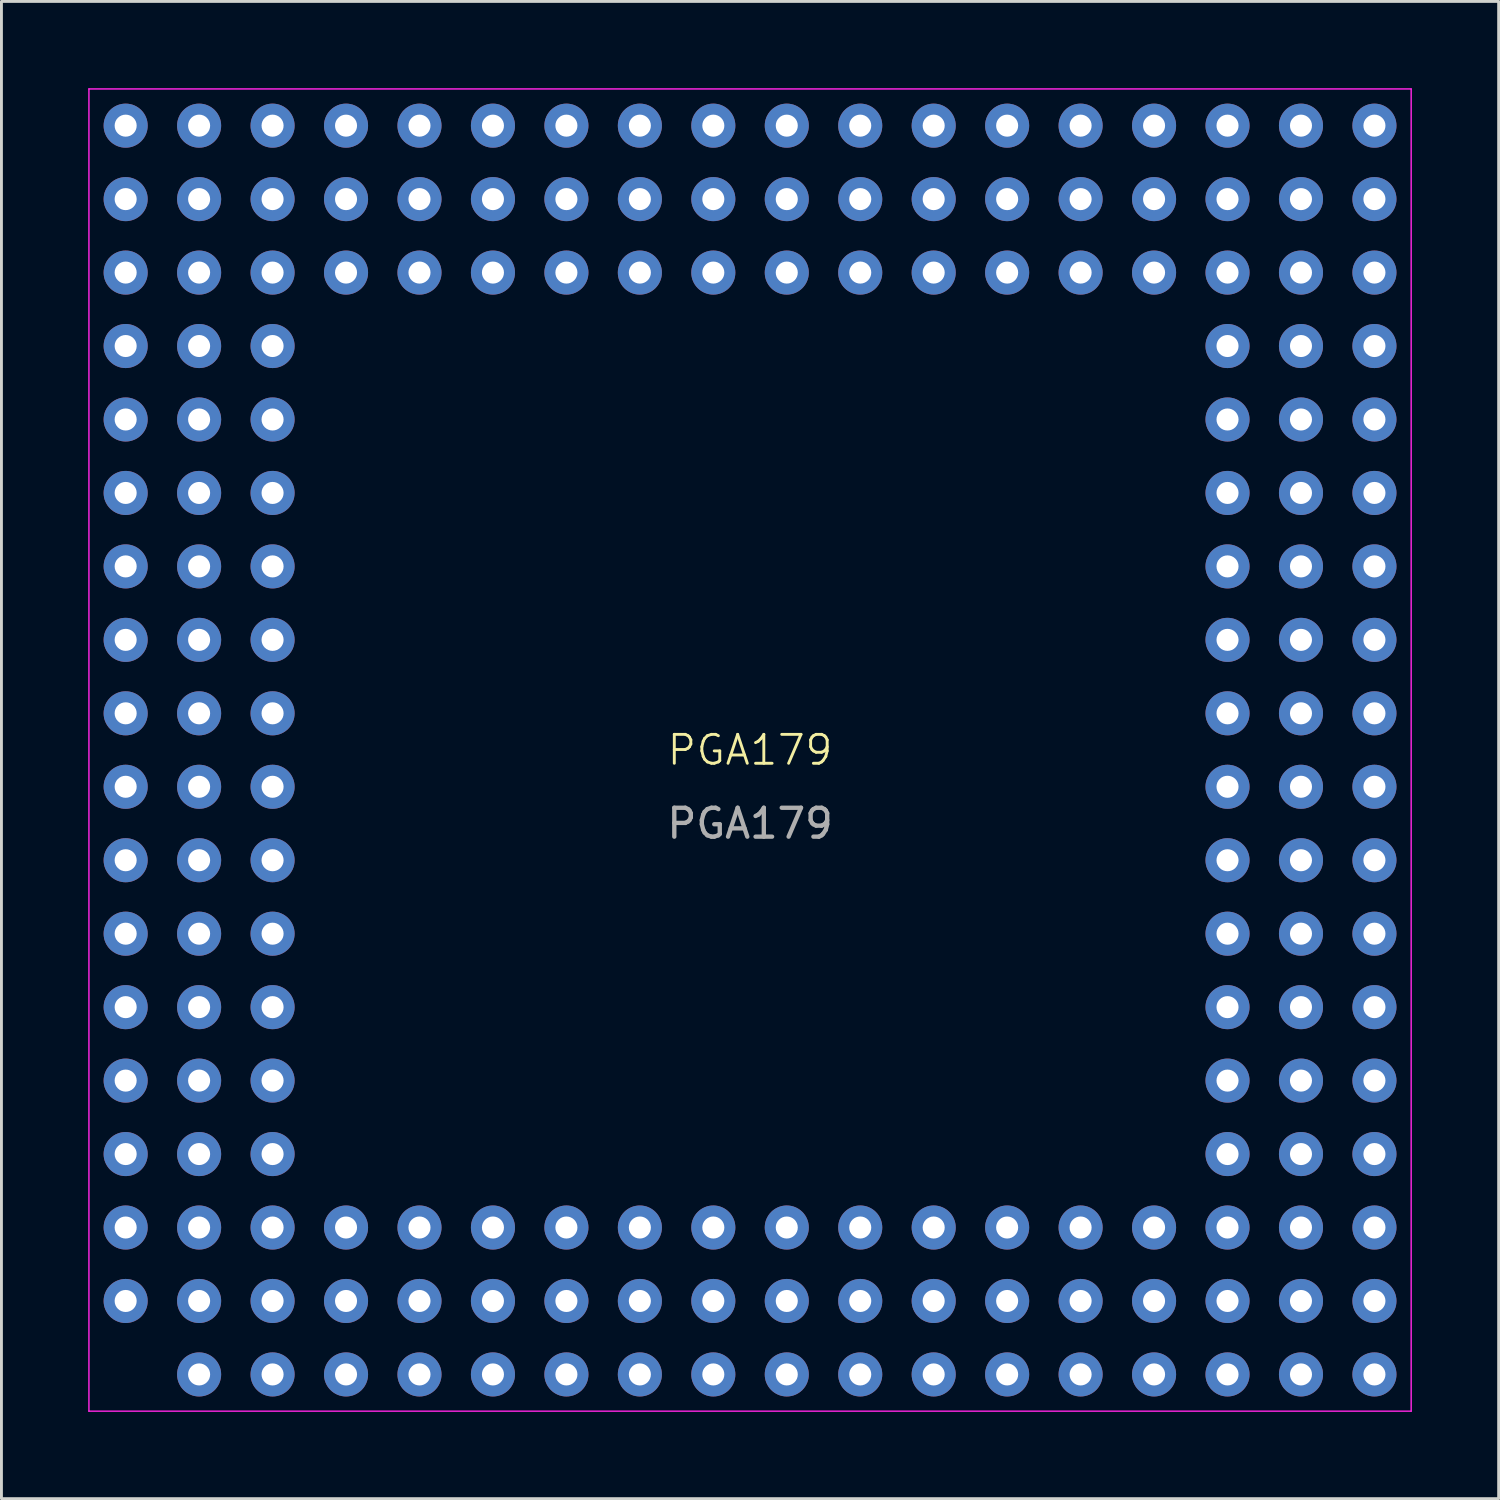
<source format=kicad_pcb>
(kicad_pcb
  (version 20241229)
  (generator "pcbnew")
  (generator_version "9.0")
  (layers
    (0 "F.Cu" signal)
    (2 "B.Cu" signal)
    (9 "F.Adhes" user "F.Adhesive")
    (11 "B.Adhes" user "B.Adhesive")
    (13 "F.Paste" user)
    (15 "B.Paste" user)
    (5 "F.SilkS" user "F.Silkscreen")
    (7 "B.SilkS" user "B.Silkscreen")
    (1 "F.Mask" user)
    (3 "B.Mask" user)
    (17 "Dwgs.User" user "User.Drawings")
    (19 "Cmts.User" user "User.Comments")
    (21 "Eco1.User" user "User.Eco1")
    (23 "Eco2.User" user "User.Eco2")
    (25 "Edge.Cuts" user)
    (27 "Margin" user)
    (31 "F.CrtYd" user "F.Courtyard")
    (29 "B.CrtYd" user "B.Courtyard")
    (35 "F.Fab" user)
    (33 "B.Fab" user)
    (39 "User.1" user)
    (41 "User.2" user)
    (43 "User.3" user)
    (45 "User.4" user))
  (footprint "PGA179"
    (layer "F.Cu")
    (at 1.295 1.295)
    (property "Reference" "PGA179" (at 21.59 21.59 0) (unlocked yes) (layer "F.SilkS") (effects (font (size 1 1) (thickness 0.1))))
    (attr through_hole)
    (fp_line (start -1.27 -1.27) (end 44.45 -1.27) (stroke (width 0.05) (type default)) (layer "F.CrtYd"))
    (fp_line (start -1.27 44.45) (end -1.27 -1.27) (stroke (width 0.05) (type default)) (layer "F.CrtYd"))
    (fp_line (start 44.45 -1.27) (end 44.45 44.45) (stroke (width 0.05) (type default)) (layer "F.CrtYd"))
    (fp_line (start 44.45 44.45) (end -1.27 44.45) (stroke (width 0.05) (type default)) (layer "F.CrtYd"))
    (fp_text user "${REFERENCE}" (at 21.59 24.13 0) (unlocked yes) (layer "F.Fab") (effects (font (size 1 1) (thickness 0.15))))
    (pad "A1" thru_hole circle (at 0 0) (size 1.524 1.524) (drill 0.762) (layers "*.Cu" "*.Mask"))
    (pad "A2" thru_hole circle (at 2.54 0) (size 1.524 1.524) (drill 0.762) (layers "*.Cu" "*.Mask"))
    (pad "A3" thru_hole circle (at 5.08 0) (size 1.524 1.524) (drill 0.762) (layers "*.Cu" "*.Mask"))
    (pad "A4" thru_hole circle (at 7.62 0) (size 1.524 1.524) (drill 0.762) (layers "*.Cu" "*.Mask"))
    (pad "A5" thru_hole circle (at 10.16 0) (size 1.524 1.524) (drill 0.762) (layers "*.Cu" "*.Mask"))
    (pad "A6" thru_hole circle (at 12.7 0) (size 1.524 1.524) (drill 0.762) (layers "*.Cu" "*.Mask"))
    (pad "A7" thru_hole circle (at 15.24 0) (size 1.524 1.524) (drill 0.762) (layers "*.Cu" "*.Mask"))
    (pad "A8" thru_hole circle (at 17.78 0) (size 1.524 1.524) (drill 0.762) (layers "*.Cu" "*.Mask"))
    (pad "A9" thru_hole circle (at 20.32 0) (size 1.524 1.524) (drill 0.762) (layers "*.Cu" "*.Mask"))
    (pad "A10" thru_hole circle (at 22.86 0) (size 1.524 1.524) (drill 0.762) (layers "*.Cu" "*.Mask"))
    (pad "A11" thru_hole circle (at 25.4 0) (size 1.524 1.524) (drill 0.762) (layers "*.Cu" "*.Mask"))
    (pad "A12" thru_hole circle (at 27.94 0) (size 1.524 1.524) (drill 0.762) (layers "*.Cu" "*.Mask"))
    (pad "A13" thru_hole circle (at 30.48 0) (size 1.524 1.524) (drill 0.762) (layers "*.Cu" "*.Mask"))
    (pad "A14" thru_hole circle (at 33.02 0) (size 1.524 1.524) (drill 0.762) (layers "*.Cu" "*.Mask"))
    (pad "A15" thru_hole circle (at 35.56 0) (size 1.524 1.524) (drill 0.762) (layers "*.Cu" "*.Mask"))
    (pad "A16" thru_hole circle (at 38.1 0) (size 1.524 1.524) (drill 0.762) (layers "*.Cu" "*.Mask"))
    (pad "A17" thru_hole circle (at 40.64 0) (size 1.524 1.524) (drill 0.762) (layers "*.Cu" "*.Mask"))
    (pad "A18" thru_hole circle (at 43.18 0) (size 1.524 1.524) (drill 0.762) (layers "*.Cu" "*.Mask"))
    (pad "B1" thru_hole circle (at 0 2.54) (size 1.524 1.524) (drill 0.762) (layers "*.Cu" "*.Mask"))
    (pad "B2" thru_hole circle (at 2.54 2.54) (size 1.524 1.524) (drill 0.762) (layers "*.Cu" "*.Mask"))
    (pad "B3" thru_hole circle (at 5.08 2.54) (size 1.524 1.524) (drill 0.762) (layers "*.Cu" "*.Mask"))
    (pad "B4" thru_hole circle (at 7.62 2.54) (size 1.524 1.524) (drill 0.762) (layers "*.Cu" "*.Mask"))
    (pad "B5" thru_hole circle (at 10.16 2.54) (size 1.524 1.524) (drill 0.762) (layers "*.Cu" "*.Mask"))
    (pad "B6" thru_hole circle (at 12.7 2.54) (size 1.524 1.524) (drill 0.762) (layers "*.Cu" "*.Mask"))
    (pad "B7" thru_hole circle (at 15.24 2.54) (size 1.524 1.524) (drill 0.762) (layers "*.Cu" "*.Mask"))
    (pad "B8" thru_hole circle (at 17.78 2.54) (size 1.524 1.524) (drill 0.762) (layers "*.Cu" "*.Mask"))
    (pad "B9" thru_hole circle (at 20.32 2.54) (size 1.524 1.524) (drill 0.762) (layers "*.Cu" "*.Mask"))
    (pad "B10" thru_hole circle (at 22.86 2.54) (size 1.524 1.524) (drill 0.762) (layers "*.Cu" "*.Mask"))
    (pad "B11" thru_hole circle (at 25.4 2.54) (size 1.524 1.524) (drill 0.762) (layers "*.Cu" "*.Mask"))
    (pad "B12" thru_hole circle (at 27.94 2.54) (size 1.524 1.524) (drill 0.762) (layers "*.Cu" "*.Mask"))
    (pad "B13" thru_hole circle (at 30.48 2.54) (size 1.524 1.524) (drill 0.762) (layers "*.Cu" "*.Mask"))
    (pad "B14" thru_hole circle (at 33.02 2.54) (size 1.524 1.524) (drill 0.762) (layers "*.Cu" "*.Mask"))
    (pad "B15" thru_hole circle (at 35.56 2.54) (size 1.524 1.524) (drill 0.762) (layers "*.Cu" "*.Mask"))
    (pad "B16" thru_hole circle (at 38.1 2.54) (size 1.524 1.524) (drill 0.762) (layers "*.Cu" "*.Mask"))
    (pad "B17" thru_hole circle (at 40.64 2.54) (size 1.524 1.524) (drill 0.762) (layers "*.Cu" "*.Mask"))
    (pad "B18" thru_hole circle (at 43.18 2.54) (size 1.524 1.524) (drill 0.762) (layers "*.Cu" "*.Mask"))
    (pad "C1" thru_hole circle (at 0 5.08) (size 1.524 1.524) (drill 0.762) (layers "*.Cu" "*.Mask"))
    (pad "C2" thru_hole circle (at 2.54 5.08) (size 1.524 1.524) (drill 0.762) (layers "*.Cu" "*.Mask"))
    (pad "C3" thru_hole circle (at 5.08 5.08) (size 1.524 1.524) (drill 0.762) (layers "*.Cu" "*.Mask"))
    (pad "C4" thru_hole circle (at 7.62 5.08) (size 1.524 1.524) (drill 0.762) (layers "*.Cu" "*.Mask"))
    (pad "C5" thru_hole circle (at 10.16 5.08) (size 1.524 1.524) (drill 0.762) (layers "*.Cu" "*.Mask"))
    (pad "C6" thru_hole circle (at 12.7 5.08) (size 1.524 1.524) (drill 0.762) (layers "*.Cu" "*.Mask"))
    (pad "C7" thru_hole circle (at 15.24 5.08) (size 1.524 1.524) (drill 0.762) (layers "*.Cu" "*.Mask"))
    (pad "C8" thru_hole circle (at 17.78 5.08) (size 1.524 1.524) (drill 0.762) (layers "*.Cu" "*.Mask"))
    (pad "C9" thru_hole circle (at 20.32 5.08) (size 1.524 1.524) (drill 0.762) (layers "*.Cu" "*.Mask"))
    (pad "C10" thru_hole circle (at 22.86 5.08) (size 1.524 1.524) (drill 0.762) (layers "*.Cu" "*.Mask"))
    (pad "C11" thru_hole circle (at 25.4 5.08) (size 1.524 1.524) (drill 0.762) (layers "*.Cu" "*.Mask"))
    (pad "C12" thru_hole circle (at 27.94 5.08) (size 1.524 1.524) (drill 0.762) (layers "*.Cu" "*.Mask"))
    (pad "C13" thru_hole circle (at 30.48 5.08) (size 1.524 1.524) (drill 0.762) (layers "*.Cu" "*.Mask"))
    (pad "C14" thru_hole circle (at 33.02 5.08) (size 1.524 1.524) (drill 0.762) (layers "*.Cu" "*.Mask"))
    (pad "C15" thru_hole circle (at 35.56 5.08) (size 1.524 1.524) (drill 0.762) (layers "*.Cu" "*.Mask"))
    (pad "C16" thru_hole circle (at 38.1 5.08) (size 1.524 1.524) (drill 0.762) (layers "*.Cu" "*.Mask"))
    (pad "C17" thru_hole circle (at 40.64 5.08) (size 1.524 1.524) (drill 0.762) (layers "*.Cu" "*.Mask"))
    (pad "C18" thru_hole circle (at 43.18 5.08) (size 1.524 1.524) (drill 0.762) (layers "*.Cu" "*.Mask"))
    (pad "D1" thru_hole circle (at 0 7.62) (size 1.524 1.524) (drill 0.762) (layers "*.Cu" "*.Mask"))
    (pad "D2" thru_hole circle (at 2.54 7.62) (size 1.524 1.524) (drill 0.762) (layers "*.Cu" "*.Mask"))
    (pad "D3" thru_hole circle (at 5.08 7.62) (size 1.524 1.524) (drill 0.762) (layers "*.Cu" "*.Mask"))
    (pad "D16" thru_hole circle (at 38.1 7.62) (size 1.524 1.524) (drill 0.762) (layers "*.Cu" "*.Mask"))
    (pad "D17" thru_hole circle (at 40.64 7.62) (size 1.524 1.524) (drill 0.762) (layers "*.Cu" "*.Mask"))
    (pad "D18" thru_hole circle (at 43.18 7.62) (size 1.524 1.524) (drill 0.762) (layers "*.Cu" "*.Mask"))
    (pad "E1" thru_hole circle (at 0 10.16) (size 1.524 1.524) (drill 0.762) (layers "*.Cu" "*.Mask"))
    (pad "E2" thru_hole circle (at 2.54 10.16) (size 1.524 1.524) (drill 0.762) (layers "*.Cu" "*.Mask"))
    (pad "E3" thru_hole circle (at 5.08 10.16) (size 1.524 1.524) (drill 0.762) (layers "*.Cu" "*.Mask"))
    (pad "E16" thru_hole circle (at 38.1 10.16) (size 1.524 1.524) (drill 0.762) (layers "*.Cu" "*.Mask"))
    (pad "E17" thru_hole circle (at 40.64 10.16) (size 1.524 1.524) (drill 0.762) (layers "*.Cu" "*.Mask"))
    (pad "E18" thru_hole circle (at 43.18 10.16) (size 1.524 1.524) (drill 0.762) (layers "*.Cu" "*.Mask"))
    (pad "F1" thru_hole circle (at 0 12.7) (size 1.524 1.524) (drill 0.762) (layers "*.Cu" "*.Mask"))
    (pad "F2" thru_hole circle (at 2.54 12.7) (size 1.524 1.524) (drill 0.762) (layers "*.Cu" "*.Mask"))
    (pad "F3" thru_hole circle (at 5.08 12.7) (size 1.524 1.524) (drill 0.762) (layers "*.Cu" "*.Mask"))
    (pad "F16" thru_hole circle (at 38.1 12.7) (size 1.524 1.524) (drill 0.762) (layers "*.Cu" "*.Mask"))
    (pad "F17" thru_hole circle (at 40.64 12.7) (size 1.524 1.524) (drill 0.762) (layers "*.Cu" "*.Mask"))
    (pad "F18" thru_hole circle (at 43.18 12.7) (size 1.524 1.524) (drill 0.762) (layers "*.Cu" "*.Mask"))
    (pad "G1" thru_hole circle (at 0 15.24) (size 1.524 1.524) (drill 0.762) (layers "*.Cu" "*.Mask"))
    (pad "G2" thru_hole circle (at 2.54 15.24) (size 1.524 1.524) (drill 0.762) (layers "*.Cu" "*.Mask"))
    (pad "G3" thru_hole circle (at 5.08 15.24) (size 1.524 1.524) (drill 0.762) (layers "*.Cu" "*.Mask"))
    (pad "G16" thru_hole circle (at 38.1 15.24) (size 1.524 1.524) (drill 0.762) (layers "*.Cu" "*.Mask"))
    (pad "G17" thru_hole circle (at 40.64 15.24) (size 1.524 1.524) (drill 0.762) (layers "*.Cu" "*.Mask"))
    (pad "G18" thru_hole circle (at 43.18 15.24) (size 1.524 1.524) (drill 0.762) (layers "*.Cu" "*.Mask"))
    (pad "H1" thru_hole circle (at 0 17.78) (size 1.524 1.524) (drill 0.762) (layers "*.Cu" "*.Mask"))
    (pad "H2" thru_hole circle (at 2.54 17.78) (size 1.524 1.524) (drill 0.762) (layers "*.Cu" "*.Mask"))
    (pad "H3" thru_hole circle (at 5.08 17.78) (size 1.524 1.524) (drill 0.762) (layers "*.Cu" "*.Mask"))
    (pad "H16" thru_hole circle (at 38.1 17.78) (size 1.524 1.524) (drill 0.762) (layers "*.Cu" "*.Mask"))
    (pad "H17" thru_hole circle (at 40.64 17.78) (size 1.524 1.524) (drill 0.762) (layers "*.Cu" "*.Mask"))
    (pad "H18" thru_hole circle (at 43.18 17.78) (size 1.524 1.524) (drill 0.762) (layers "*.Cu" "*.Mask"))
    (pad "J1" thru_hole circle (at 0 20.32) (size 1.524 1.524) (drill 0.762) (layers "*.Cu" "*.Mask"))
    (pad "J2" thru_hole circle (at 2.54 20.32) (size 1.524 1.524) (drill 0.762) (layers "*.Cu" "*.Mask"))
    (pad "J3" thru_hole circle (at 5.08 20.32) (size 1.524 1.524) (drill 0.762) (layers "*.Cu" "*.Mask"))
    (pad "J16" thru_hole circle (at 38.1 20.32) (size 1.524 1.524) (drill 0.762) (layers "*.Cu" "*.Mask"))
    (pad "J17" thru_hole circle (at 40.64 20.32) (size 1.524 1.524) (drill 0.762) (layers "*.Cu" "*.Mask"))
    (pad "J18" thru_hole circle (at 43.18 20.32) (size 1.524 1.524) (drill 0.762) (layers "*.Cu" "*.Mask"))
    (pad "K1" thru_hole circle (at 0 22.86) (size 1.524 1.524) (drill 0.762) (layers "*.Cu" "*.Mask"))
    (pad "K2" thru_hole circle (at 2.54 22.86) (size 1.524 1.524) (drill 0.762) (layers "*.Cu" "*.Mask"))
    (pad "K3" thru_hole circle (at 5.08 22.86) (size 1.524 1.524) (drill 0.762) (layers "*.Cu" "*.Mask"))
    (pad "K16" thru_hole circle (at 38.1 22.86) (size 1.524 1.524) (drill 0.762) (layers "*.Cu" "*.Mask"))
    (pad "K17" thru_hole circle (at 40.64 22.86) (size 1.524 1.524) (drill 0.762) (layers "*.Cu" "*.Mask"))
    (pad "K18" thru_hole circle (at 43.18 22.86) (size 1.524 1.524) (drill 0.762) (layers "*.Cu" "*.Mask"))
    (pad "L1" thru_hole circle (at 0 25.4) (size 1.524 1.524) (drill 0.762) (layers "*.Cu" "*.Mask"))
    (pad "L2" thru_hole circle (at 2.54 25.4) (size 1.524 1.524) (drill 0.762) (layers "*.Cu" "*.Mask"))
    (pad "L3" thru_hole circle (at 5.08 25.4) (size 1.524 1.524) (drill 0.762) (layers "*.Cu" "*.Mask"))
    (pad "L16" thru_hole circle (at 38.1 25.4) (size 1.524 1.524) (drill 0.762) (layers "*.Cu" "*.Mask"))
    (pad "L17" thru_hole circle (at 40.64 25.4) (size 1.524 1.524) (drill 0.762) (layers "*.Cu" "*.Mask"))
    (pad "L18" thru_hole circle (at 43.18 25.4) (size 1.524 1.524) (drill 0.762) (layers "*.Cu" "*.Mask"))
    (pad "M1" thru_hole circle (at 0 27.94) (size 1.524 1.524) (drill 0.762) (layers "*.Cu" "*.Mask"))
    (pad "M2" thru_hole circle (at 2.54 27.94) (size 1.524 1.524) (drill 0.762) (layers "*.Cu" "*.Mask"))
    (pad "M3" thru_hole circle (at 5.08 27.94) (size 1.524 1.524) (drill 0.762) (layers "*.Cu" "*.Mask"))
    (pad "M16" thru_hole circle (at 38.1 27.94) (size 1.524 1.524) (drill 0.762) (layers "*.Cu" "*.Mask"))
    (pad "M17" thru_hole circle (at 40.64 27.94) (size 1.524 1.524) (drill 0.762) (layers "*.Cu" "*.Mask"))
    (pad "M18" thru_hole circle (at 43.18 27.94) (size 1.524 1.524) (drill 0.762) (layers "*.Cu" "*.Mask"))
    (pad "N1" thru_hole circle (at 0 30.48) (size 1.524 1.524) (drill 0.762) (layers "*.Cu" "*.Mask"))
    (pad "N2" thru_hole circle (at 2.54 30.48) (size 1.524 1.524) (drill 0.762) (layers "*.Cu" "*.Mask"))
    (pad "N3" thru_hole circle (at 5.08 30.48) (size 1.524 1.524) (drill 0.762) (layers "*.Cu" "*.Mask"))
    (pad "N16" thru_hole circle (at 38.1 30.48) (size 1.524 1.524) (drill 0.762) (layers "*.Cu" "*.Mask"))
    (pad "N17" thru_hole circle (at 40.64 30.48) (size 1.524 1.524) (drill 0.762) (layers "*.Cu" "*.Mask"))
    (pad "N18" thru_hole circle (at 43.18 30.48) (size 1.524 1.524) (drill 0.762) (layers "*.Cu" "*.Mask"))
    (pad "P1" thru_hole circle (at 0 33.02) (size 1.524 1.524) (drill 0.762) (layers "*.Cu" "*.Mask"))
    (pad "P2" thru_hole circle (at 2.54 33.02) (size 1.524 1.524) (drill 0.762) (layers "*.Cu" "*.Mask"))
    (pad "P3" thru_hole circle (at 5.08 33.02) (size 1.524 1.524) (drill 0.762) (layers "*.Cu" "*.Mask"))
    (pad "P16" thru_hole circle (at 38.1 33.02) (size 1.524 1.524) (drill 0.762) (layers "*.Cu" "*.Mask"))
    (pad "P17" thru_hole circle (at 40.64 33.02) (size 1.524 1.524) (drill 0.762) (layers "*.Cu" "*.Mask"))
    (pad "P18" thru_hole circle (at 43.18 33.02) (size 1.524 1.524) (drill 0.762) (layers "*.Cu" "*.Mask"))
    (pad "Q1" thru_hole circle (at 0 35.56) (size 1.524 1.524) (drill 0.762) (layers "*.Cu" "*.Mask"))
    (pad "Q2" thru_hole circle (at 2.54 35.56) (size 1.524 1.524) (drill 0.762) (layers "*.Cu" "*.Mask"))
    (pad "Q3" thru_hole circle (at 5.08 35.56) (size 1.524 1.524) (drill 0.762) (layers "*.Cu" "*.Mask"))
    (pad "Q16" thru_hole circle (at 38.1 35.56) (size 1.524 1.524) (drill 0.762) (layers "*.Cu" "*.Mask"))
    (pad "Q17" thru_hole circle (at 40.64 35.56) (size 1.524 1.524) (drill 0.762) (layers "*.Cu" "*.Mask"))
    (pad "Q18" thru_hole circle (at 43.18 35.56) (size 1.524 1.524) (drill 0.762) (layers "*.Cu" "*.Mask"))
    (pad "R1" thru_hole circle (at 0 38.1) (size 1.524 1.524) (drill 0.762) (layers "*.Cu" "*.Mask"))
    (pad "R2" thru_hole circle (at 2.54 38.1) (size 1.524 1.524) (drill 0.762) (layers "*.Cu" "*.Mask"))
    (pad "R3" thru_hole circle (at 5.08 38.1) (size 1.524 1.524) (drill 0.762) (layers "*.Cu" "*.Mask"))
    (pad "R4" thru_hole circle (at 7.62 38.1) (size 1.524 1.524) (drill 0.762) (layers "*.Cu" "*.Mask"))
    (pad "R5" thru_hole circle (at 10.16 38.1) (size 1.524 1.524) (drill 0.762) (layers "*.Cu" "*.Mask"))
    (pad "R6" thru_hole circle (at 12.7 38.1) (size 1.524 1.524) (drill 0.762) (layers "*.Cu" "*.Mask"))
    (pad "R7" thru_hole circle (at 15.24 38.1) (size 1.524 1.524) (drill 0.762) (layers "*.Cu" "*.Mask"))
    (pad "R8" thru_hole circle (at 17.78 38.1) (size 1.524 1.524) (drill 0.762) (layers "*.Cu" "*.Mask"))
    (pad "R9" thru_hole circle (at 20.32 38.1) (size 1.524 1.524) (drill 0.762) (layers "*.Cu" "*.Mask"))
    (pad "R10" thru_hole circle (at 22.86 38.1) (size 1.524 1.524) (drill 0.762) (layers "*.Cu" "*.Mask"))
    (pad "R11" thru_hole circle (at 25.4 38.1) (size 1.524 1.524) (drill 0.762) (layers "*.Cu" "*.Mask"))
    (pad "R12" thru_hole circle (at 27.94 38.1) (size 1.524 1.524) (drill 0.762) (layers "*.Cu" "*.Mask"))
    (pad "R13" thru_hole circle (at 30.48 38.1) (size 1.524 1.524) (drill 0.762) (layers "*.Cu" "*.Mask"))
    (pad "R14" thru_hole circle (at 33.02 38.1) (size 1.524 1.524) (drill 0.762) (layers "*.Cu" "*.Mask"))
    (pad "R15" thru_hole circle (at 35.56 38.1) (size 1.524 1.524) (drill 0.762) (layers "*.Cu" "*.Mask"))
    (pad "R16" thru_hole circle (at 38.1 38.1) (size 1.524 1.524) (drill 0.762) (layers "*.Cu" "*.Mask"))
    (pad "R17" thru_hole circle (at 40.64 38.1) (size 1.524 1.524) (drill 0.762) (layers "*.Cu" "*.Mask"))
    (pad "R18" thru_hole circle (at 43.18 38.1) (size 1.524 1.524) (drill 0.762) (layers "*.Cu" "*.Mask"))
    (pad "S1" thru_hole circle (at 0 40.64) (size 1.524 1.524) (drill 0.762) (layers "*.Cu" "*.Mask"))
    (pad "S2" thru_hole circle (at 2.54 40.64) (size 1.524 1.524) (drill 0.762) (layers "*.Cu" "*.Mask"))
    (pad "S3" thru_hole circle (at 5.08 40.64) (size 1.524 1.524) (drill 0.762) (layers "*.Cu" "*.Mask"))
    (pad "S4" thru_hole circle (at 7.62 40.64) (size 1.524 1.524) (drill 0.762) (layers "*.Cu" "*.Mask"))
    (pad "S5" thru_hole circle (at 10.16 40.64) (size 1.524 1.524) (drill 0.762) (layers "*.Cu" "*.Mask"))
    (pad "S6" thru_hole circle (at 12.7 40.64) (size 1.524 1.524) (drill 0.762) (layers "*.Cu" "*.Mask"))
    (pad "S7" thru_hole circle (at 15.24 40.64) (size 1.524 1.524) (drill 0.762) (layers "*.Cu" "*.Mask"))
    (pad "S8" thru_hole circle (at 17.78 40.64) (size 1.524 1.524) (drill 0.762) (layers "*.Cu" "*.Mask"))
    (pad "S9" thru_hole circle (at 20.32 40.64) (size 1.524 1.524) (drill 0.762) (layers "*.Cu" "*.Mask"))
    (pad "S10" thru_hole circle (at 22.86 40.64) (size 1.524 1.524) (drill 0.762) (layers "*.Cu" "*.Mask"))
    (pad "S11" thru_hole circle (at 25.4 40.64) (size 1.524 1.524) (drill 0.762) (layers "*.Cu" "*.Mask"))
    (pad "S12" thru_hole circle (at 27.94 40.64) (size 1.524 1.524) (drill 0.762) (layers "*.Cu" "*.Mask"))
    (pad "S13" thru_hole circle (at 30.48 40.64) (size 1.524 1.524) (drill 0.762) (layers "*.Cu" "*.Mask"))
    (pad "S14" thru_hole circle (at 33.02 40.64) (size 1.524 1.524) (drill 0.762) (layers "*.Cu" "*.Mask"))
    (pad "S15" thru_hole circle (at 35.56 40.64) (size 1.524 1.524) (drill 0.762) (layers "*.Cu" "*.Mask"))
    (pad "S16" thru_hole circle (at 38.1 40.64) (size 1.524 1.524) (drill 0.762) (layers "*.Cu" "*.Mask"))
    (pad "S17" thru_hole circle (at 40.64 40.64) (size 1.524 1.524) (drill 0.762) (layers "*.Cu" "*.Mask"))
    (pad "S18" thru_hole circle (at 43.18 40.64) (size 1.524 1.524) (drill 0.762) (layers "*.Cu" "*.Mask"))
    (pad "T2" thru_hole circle (at 2.54 43.18) (size 1.524 1.524) (drill 0.762) (layers "*.Cu" "*.Mask"))
    (pad "T3" thru_hole circle (at 5.08 43.18) (size 1.524 1.524) (drill 0.762) (layers "*.Cu" "*.Mask"))
    (pad "T4" thru_hole circle (at 7.62 43.18) (size 1.524 1.524) (drill 0.762) (layers "*.Cu" "*.Mask"))
    (pad "T5" thru_hole circle (at 10.16 43.18) (size 1.524 1.524) (drill 0.762) (layers "*.Cu" "*.Mask"))
    (pad "T6" thru_hole circle (at 12.7 43.18) (size 1.524 1.524) (drill 0.762) (layers "*.Cu" "*.Mask"))
    (pad "T7" thru_hole circle (at 15.24 43.18) (size 1.524 1.524) (drill 0.762) (layers "*.Cu" "*.Mask"))
    (pad "T8" thru_hole circle (at 17.78 43.18) (size 1.524 1.524) (drill 0.762) (layers "*.Cu" "*.Mask"))
    (pad "T9" thru_hole circle (at 20.32 43.18) (size 1.524 1.524) (drill 0.762) (layers "*.Cu" "*.Mask"))
    (pad "T10" thru_hole circle (at 22.86 43.18) (size 1.524 1.524) (drill 0.762) (layers "*.Cu" "*.Mask"))
    (pad "T11" thru_hole circle (at 25.4 43.18) (size 1.524 1.524) (drill 0.762) (layers "*.Cu" "*.Mask"))
    (pad "T12" thru_hole circle (at 27.94 43.18) (size 1.524 1.524) (drill 0.762) (layers "*.Cu" "*.Mask"))
    (pad "T13" thru_hole circle (at 30.48 43.18) (size 1.524 1.524) (drill 0.762) (layers "*.Cu" "*.Mask"))
    (pad "T14" thru_hole circle (at 33.02 43.18) (size 1.524 1.524) (drill 0.762) (layers "*.Cu" "*.Mask"))
    (pad "T15" thru_hole circle (at 35.56 43.18) (size 1.524 1.524) (drill 0.762) (layers "*.Cu" "*.Mask"))
    (pad "T16" thru_hole circle (at 38.1 43.18) (size 1.524 1.524) (drill 0.762) (layers "*.Cu" "*.Mask"))
    (pad "T17" thru_hole circle (at 40.64 43.18) (size 1.524 1.524) (drill 0.762) (layers "*.Cu" "*.Mask"))
    (pad "T18" thru_hole circle (at 43.18 43.18) (size 1.524 1.524) (drill 0.762) (layers "*.Cu" "*.Mask")))
  (gr_rect
    (start -3 -3)
    (end 48.77 48.77)
    (stroke (width 0.1) (type default))
    (fill no)
    (layer "Edge.Cuts")))
</source>
